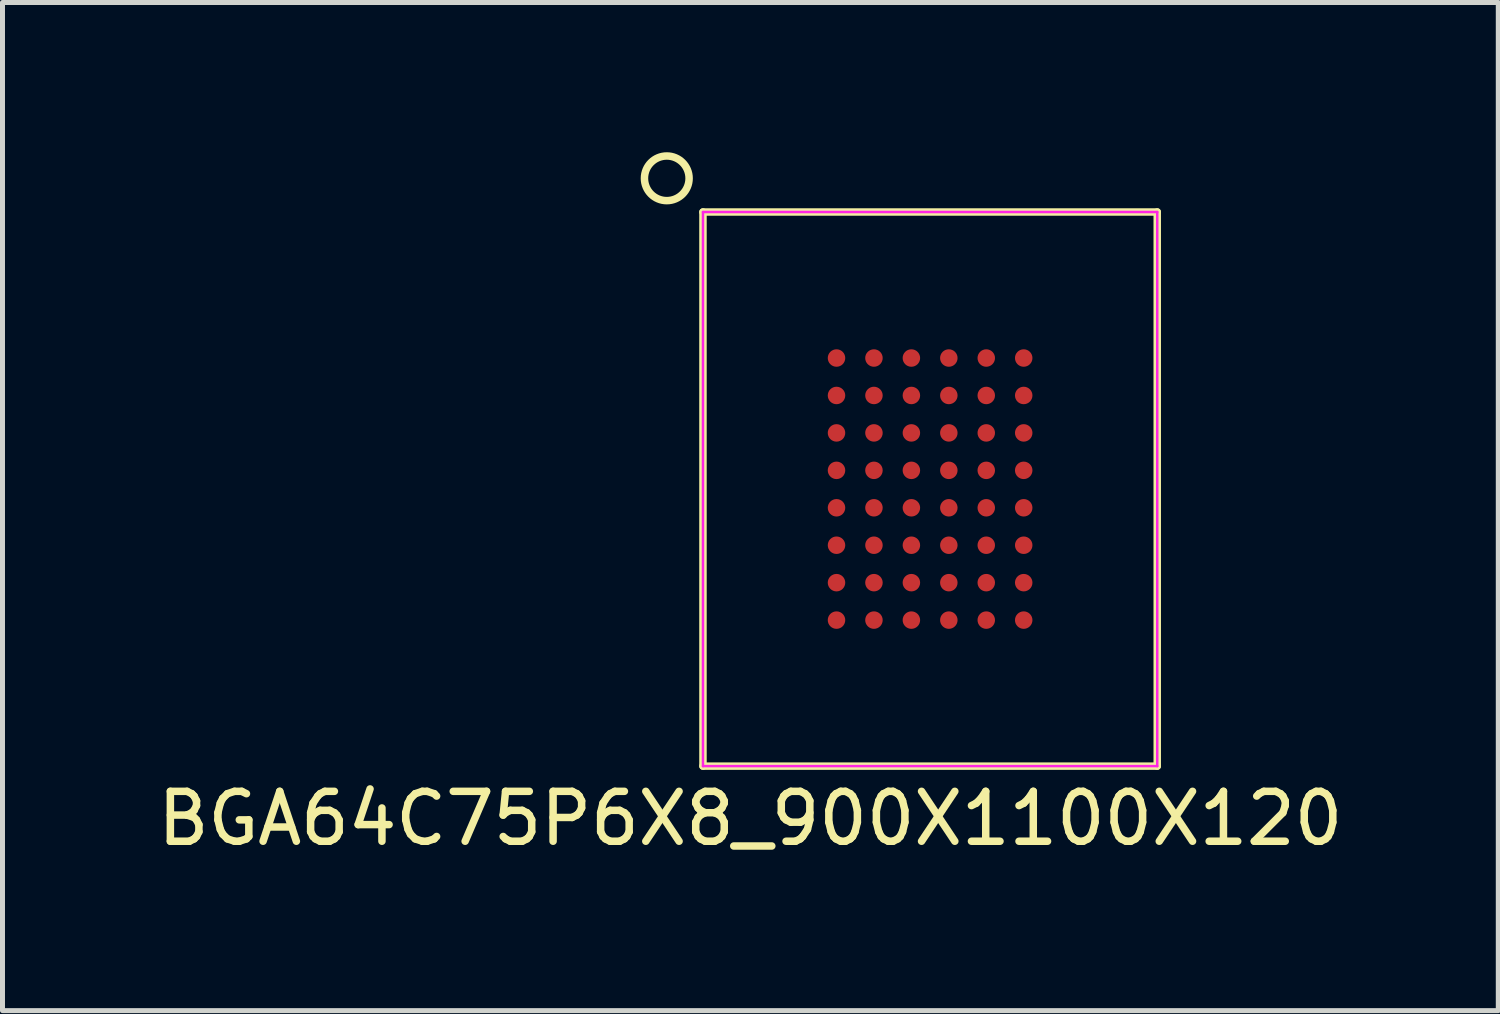
<source format=kicad_pcb>
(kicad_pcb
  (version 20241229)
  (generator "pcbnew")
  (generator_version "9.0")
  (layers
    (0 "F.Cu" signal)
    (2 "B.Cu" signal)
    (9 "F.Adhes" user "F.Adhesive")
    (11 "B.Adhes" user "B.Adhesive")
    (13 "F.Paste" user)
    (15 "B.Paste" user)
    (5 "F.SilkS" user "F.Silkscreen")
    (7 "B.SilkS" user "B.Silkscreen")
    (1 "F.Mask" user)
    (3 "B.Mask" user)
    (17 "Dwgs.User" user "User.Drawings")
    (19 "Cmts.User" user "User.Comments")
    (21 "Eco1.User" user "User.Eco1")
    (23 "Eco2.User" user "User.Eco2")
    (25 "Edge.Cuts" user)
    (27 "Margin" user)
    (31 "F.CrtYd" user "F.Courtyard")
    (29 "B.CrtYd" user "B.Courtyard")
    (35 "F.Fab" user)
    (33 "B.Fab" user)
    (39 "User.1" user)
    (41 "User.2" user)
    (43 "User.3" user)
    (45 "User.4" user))
  (footprint "BGA64C75P6X8_900X1100X120"
    (layer "F.Cu")
    (at 15.582 6.747)
    (property "Reference" "BGA64C75P6X8_900X1100X120" (at -3.6 6.6 0) (layer "F.SilkS") (effects (font (size 1 1) (thickness 0.15))))
    (attr smd)
    (fp_line (start -4.55 -5.55) (end -4.55 5.55) (stroke (width 0.15) (type solid)) (layer "F.SilkS"))
    (fp_line (start -4.55 -5.55) (end 4.55 -5.55) (stroke (width 0.15) (type solid)) (layer "F.SilkS"))
    (fp_line (start -4.55 5.55) (end 4.55 5.55) (stroke (width 0.15) (type solid)) (layer "F.SilkS"))
    (fp_line (start 4.55 -5.55) (end 4.55 5.55) (stroke (width 0.15) (type solid)) (layer "F.SilkS"))
    (fp_circle (center -5.275 -6.225) (end -5.475 -6.625) (stroke (width 0.15) (type solid)) (fill no) (layer "F.SilkS"))
    (fp_line (start -4.55 -5.55) (end 4.55 -5.55) (stroke (width 0.05) (type solid)) (layer "F.CrtYd"))
    (fp_line (start -4.55 5.55) (end -4.55 -5.55) (stroke (width 0.05) (type solid)) (layer "F.CrtYd"))
    (fp_line (start 4.55 -5.55) (end 4.55 5.55) (stroke (width 0.05) (type solid)) (layer "F.CrtYd"))
    (fp_line (start 4.55 5.55) (end -4.55 5.55) (stroke (width 0.05) (type solid)) (layer "F.CrtYd"))
    (pad "A1" smd circle (at -1.875 -2.625) (size 0.35 0.35) (layers "F.Cu" "F.Mask" "F.Paste"))
    (pad "A2" smd circle (at -1.125 -2.625) (size 0.35 0.35) (layers "F.Cu" "F.Mask" "F.Paste"))
    (pad "A3" smd circle (at -0.375 -2.625) (size 0.35 0.35) (layers "F.Cu" "F.Mask" "F.Paste"))
    (pad "A4" smd circle (at 0.375 -2.625) (size 0.35 0.35) (layers "F.Cu" "F.Mask" "F.Paste"))
    (pad "A5" smd circle (at 1.125 -2.625) (size 0.35 0.35) (layers "F.Cu" "F.Mask" "F.Paste"))
    (pad "A6" smd circle (at 1.875 -2.625) (size 0.35 0.35) (layers "F.Cu" "F.Mask" "F.Paste"))
    (pad "B1" smd circle (at -1.875 -1.875) (size 0.35 0.35) (layers "F.Cu" "F.Mask" "F.Paste"))
    (pad "B2" smd circle (at -1.125 -1.875) (size 0.35 0.35) (layers "F.Cu" "F.Mask" "F.Paste"))
    (pad "B3" smd circle (at -0.375 -1.875) (size 0.35 0.35) (layers "F.Cu" "F.Mask" "F.Paste"))
    (pad "B4" smd circle (at 0.375 -1.875) (size 0.35 0.35) (layers "F.Cu" "F.Mask" "F.Paste"))
    (pad "B5" smd circle (at 1.125 -1.875) (size 0.35 0.35) (layers "F.Cu" "F.Mask" "F.Paste"))
    (pad "B6" smd circle (at 1.875 -1.875) (size 0.35 0.35) (layers "F.Cu" "F.Mask" "F.Paste"))
    (pad "C1" smd circle (at -1.875 -1.125) (size 0.35 0.35) (layers "F.Cu" "F.Mask" "F.Paste"))
    (pad "C2" smd circle (at -1.125 -1.125) (size 0.35 0.35) (layers "F.Cu" "F.Mask" "F.Paste"))
    (pad "C3" smd circle (at -0.375 -1.125) (size 0.35 0.35) (layers "F.Cu" "F.Mask" "F.Paste"))
    (pad "C4" smd circle (at 0.375 -1.125) (size 0.35 0.35) (layers "F.Cu" "F.Mask" "F.Paste"))
    (pad "C5" smd circle (at 1.125 -1.125) (size 0.35 0.35) (layers "F.Cu" "F.Mask" "F.Paste"))
    (pad "C6" smd circle (at 1.875 -1.125) (size 0.35 0.35) (layers "F.Cu" "F.Mask" "F.Paste"))
    (pad "D1" smd circle (at -1.875 -0.375) (size 0.35 0.35) (layers "F.Cu" "F.Mask" "F.Paste"))
    (pad "D2" smd circle (at -1.125 -0.375) (size 0.35 0.35) (layers "F.Cu" "F.Mask" "F.Paste"))
    (pad "D3" smd circle (at -0.375 -0.375) (size 0.35 0.35) (layers "F.Cu" "F.Mask" "F.Paste"))
    (pad "D4" smd circle (at 0.375 -0.375) (size 0.35 0.35) (layers "F.Cu" "F.Mask" "F.Paste"))
    (pad "D5" smd circle (at 1.125 -0.375) (size 0.35 0.35) (layers "F.Cu" "F.Mask" "F.Paste"))
    (pad "D6" smd circle (at 1.875 -0.375) (size 0.35 0.35) (layers "F.Cu" "F.Mask" "F.Paste"))
    (pad "E1" smd circle (at -1.875 0.375) (size 0.35 0.35) (layers "F.Cu" "F.Mask" "F.Paste"))
    (pad "E2" smd circle (at -1.125 0.375) (size 0.35 0.35) (layers "F.Cu" "F.Mask" "F.Paste"))
    (pad "E3" smd circle (at -0.375 0.375) (size 0.35 0.35) (layers "F.Cu" "F.Mask" "F.Paste"))
    (pad "E4" smd circle (at 0.375 0.375) (size 0.35 0.35) (layers "F.Cu" "F.Mask" "F.Paste"))
    (pad "E5" smd circle (at 1.125 0.375) (size 0.35 0.35) (layers "F.Cu" "F.Mask" "F.Paste"))
    (pad "E6" smd circle (at 1.875 0.375) (size 0.35 0.35) (layers "F.Cu" "F.Mask" "F.Paste"))
    (pad "F1" smd circle (at -1.875 1.125) (size 0.35 0.35) (layers "F.Cu" "F.Mask" "F.Paste"))
    (pad "F2" smd circle (at -1.125 1.125) (size 0.35 0.35) (layers "F.Cu" "F.Mask" "F.Paste"))
    (pad "F3" smd circle (at -0.375 1.125) (size 0.35 0.35) (layers "F.Cu" "F.Mask" "F.Paste"))
    (pad "F4" smd circle (at 0.375 1.125) (size 0.35 0.35) (layers "F.Cu" "F.Mask" "F.Paste"))
    (pad "F5" smd circle (at 1.125 1.125) (size 0.35 0.35) (layers "F.Cu" "F.Mask" "F.Paste"))
    (pad "F6" smd circle (at 1.875 1.125) (size 0.35 0.35) (layers "F.Cu" "F.Mask" "F.Paste"))
    (pad "G1" smd circle (at -1.875 1.875) (size 0.35 0.35) (layers "F.Cu" "F.Mask" "F.Paste"))
    (pad "G2" smd circle (at -1.125 1.875) (size 0.35 0.35) (layers "F.Cu" "F.Mask" "F.Paste"))
    (pad "G3" smd circle (at -0.375 1.875) (size 0.35 0.35) (layers "F.Cu" "F.Mask" "F.Paste"))
    (pad "G4" smd circle (at 0.375 1.875) (size 0.35 0.35) (layers "F.Cu" "F.Mask" "F.Paste"))
    (pad "G5" smd circle (at 1.125 1.875) (size 0.35 0.35) (layers "F.Cu" "F.Mask" "F.Paste"))
    (pad "G6" smd circle (at 1.875 1.875) (size 0.35 0.35) (layers "F.Cu" "F.Mask" "F.Paste"))
    (pad "H1" smd circle (at -1.875 2.625) (size 0.35 0.35) (layers "F.Cu" "F.Mask" "F.Paste"))
    (pad "H2" smd circle (at -1.125 2.625) (size 0.35 0.35) (layers "F.Cu" "F.Mask" "F.Paste"))
    (pad "H3" smd circle (at -0.375 2.625) (size 0.35 0.35) (layers "F.Cu" "F.Mask" "F.Paste"))
    (pad "H4" smd circle (at 0.375 2.625) (size 0.35 0.35) (layers "F.Cu" "F.Mask" "F.Paste"))
    (pad "H5" smd circle (at 1.125 2.625) (size 0.35 0.35) (layers "F.Cu" "F.Mask" "F.Paste"))
    (pad "H6" smd circle (at 1.875 2.625) (size 0.35 0.35) (layers "F.Cu" "F.Mask" "F.Paste")))
  (gr_rect
    (start -3 -3)
    (end 26.964 17.195)
    (stroke (width 0.1) (type default))
    (fill no)
    (layer "Edge.Cuts")))
</source>
